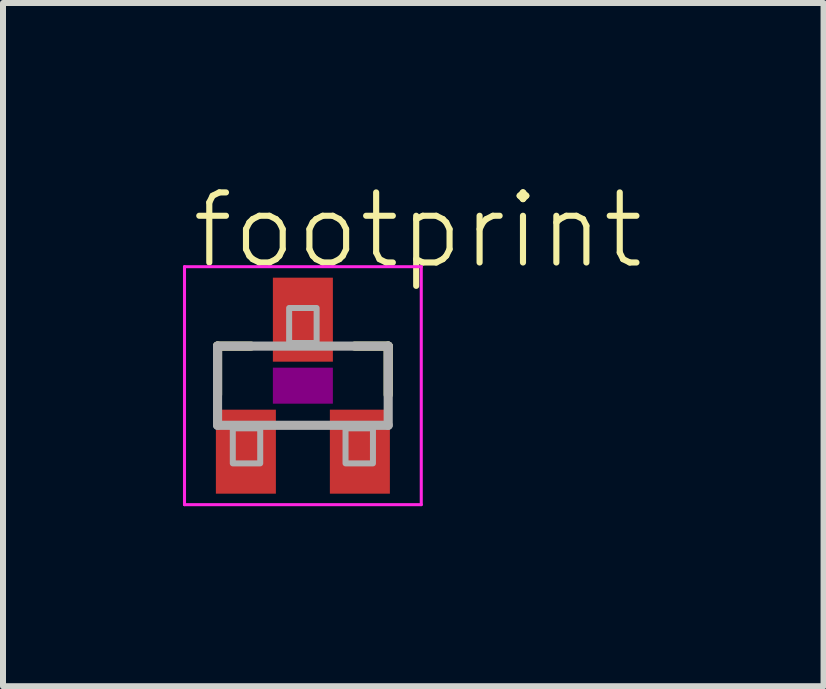
<source format=kicad_pcb>
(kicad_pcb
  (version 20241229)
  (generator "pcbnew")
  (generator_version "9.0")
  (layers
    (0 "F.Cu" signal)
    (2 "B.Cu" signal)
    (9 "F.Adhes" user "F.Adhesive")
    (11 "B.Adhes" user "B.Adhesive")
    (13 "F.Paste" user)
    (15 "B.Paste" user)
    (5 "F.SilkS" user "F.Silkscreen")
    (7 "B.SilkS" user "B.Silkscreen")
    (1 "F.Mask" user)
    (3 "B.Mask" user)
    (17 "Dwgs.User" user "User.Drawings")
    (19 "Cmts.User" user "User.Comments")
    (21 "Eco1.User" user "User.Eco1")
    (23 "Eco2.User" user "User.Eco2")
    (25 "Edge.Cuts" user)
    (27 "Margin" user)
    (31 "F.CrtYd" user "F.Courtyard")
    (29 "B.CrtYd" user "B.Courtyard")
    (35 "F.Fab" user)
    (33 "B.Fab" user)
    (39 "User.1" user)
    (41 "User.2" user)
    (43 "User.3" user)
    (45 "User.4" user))
  (footprint "footprint"
    (layer "F.Cu")
    (at 1.998 3.378)
    (property "Reference" "footprint" (at -1.905 -1.905 0) (layer "F.SilkS") (effects (font (size 1.168 1.168) (thickness 0.102)) (justify left bottom)))
    (fp_line (start -1.422 -0.66) (end -0.864 -0.66) (stroke (width 0.152) (type solid)) (layer "F.SilkS"))
    (fp_line (start -1.422 0.152) (end -1.422 -0.66) (stroke (width 0.152) (type solid)) (layer "F.SilkS"))
    (fp_line (start 0.864 -0.66) (end 1.422 -0.66) (stroke (width 0.152) (type solid)) (layer "F.SilkS"))
    (fp_line (start 1.422 -0.66) (end 1.422 0.152) (stroke (width 0.152) (type solid)) (layer "F.SilkS"))
    (fp_poly (pts (xy -0.5 0.3) (xy 0.5 0.3) (xy 0.5 -0.3) (xy -0.5 -0.3)) (stroke (width 0) (type solid)) (fill yes) (layer "F.Adhes"))
    (fp_line (start -1.973 -1.983) (end 1.973 -1.983) (stroke (width 0.051) (type solid)) (layer "F.CrtYd"))
    (fp_line (start -1.973 1.983) (end -1.973 -1.983) (stroke (width 0.051) (type solid)) (layer "F.CrtYd"))
    (fp_line (start 1.973 -1.983) (end 1.973 1.983) (stroke (width 0.051) (type solid)) (layer "F.CrtYd"))
    (fp_line (start 1.973 1.983) (end -1.973 1.983) (stroke (width 0.051) (type solid)) (layer "F.CrtYd"))
    (fp_line (start -1.422 -0.66) (end 1.422 -0.66) (stroke (width 0.152) (type solid)) (layer "F.Fab"))
    (fp_line (start -1.422 0.66) (end -1.422 -0.66) (stroke (width 0.152) (type solid)) (layer "F.Fab"))
    (fp_line (start 1.422 -0.66) (end 1.422 0.66) (stroke (width 0.152) (type solid)) (layer "F.Fab"))
    (fp_line (start 1.422 0.66) (end -1.422 0.66) (stroke (width 0.152) (type solid)) (layer "F.Fab"))
    (fp_poly (pts (xy -1.168 1.295) (xy -0.711 1.295) (xy -0.711 0.711) (xy -1.168 0.711)) (stroke (width 0.1) (type solid)) (fill no) (layer "F.Fab"))
    (fp_poly (pts (xy -0.229 -0.711) (xy 0.229 -0.711) (xy 0.229 -1.295) (xy -0.229 -1.295)) (stroke (width 0.1) (type solid)) (fill no) (layer "F.Fab"))
    (fp_poly (pts (xy 0.711 1.295) (xy 1.168 1.295) (xy 1.168 0.711) (xy 0.711 0.711)) (stroke (width 0.1) (type solid)) (fill no) (layer "F.Fab"))
    (pad "1" smd rect (at -0.95 1.1) (size 1 1.4) (layers "F.Cu" "F.Mask" "F.Paste"))
    (pad "2" smd rect (at 0.95 1.1) (size 1 1.4) (layers "F.Cu" "F.Mask" "F.Paste"))
    (pad "3" smd rect (at 0 -1.1) (size 1 1.4) (layers "F.Cu" "F.Mask" "F.Paste")))
  (gr_rect
    (start -3 -3)
    (end 10.676 8.387)
    (stroke (width 0.1) (type default))
    (fill no)
    (layer "Edge.Cuts")))
</source>
